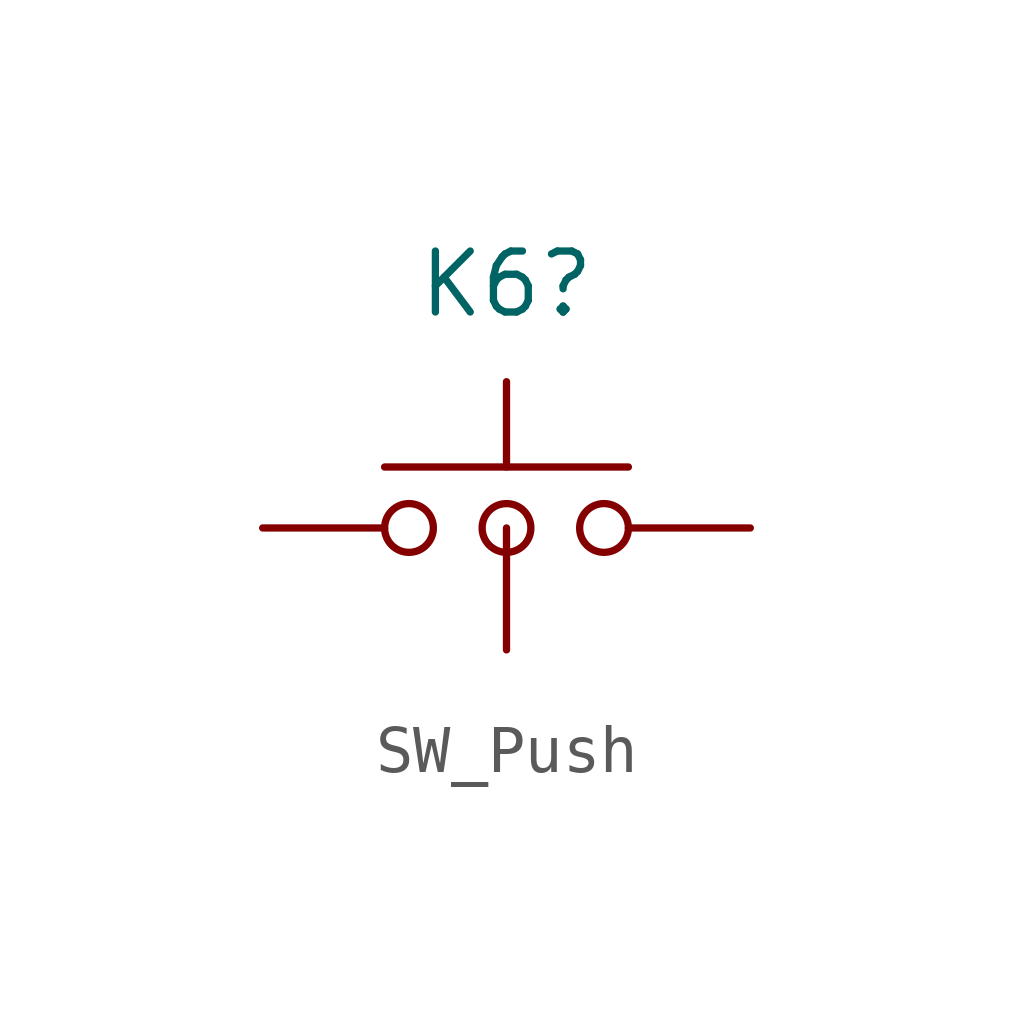
<source format=kicad_sym>
(kicad_symbol_lib
  (version 20220914)
  (generator kicad_symbol_editor)
  (symbol "SW_Push"
    (pin_numbers hide)
    (pin_names
      (offset 1.016) hide)
    (property "Reference" "K6"
      (at 0 5.08 0)
      (effects (font (size 1.27 1.27))))
    (symbol "SW_Push_0_1"
      (circle (center -2.032 0) (radius 0.508) (stroke (width 0) (type default)) (fill (type none)))
      (polyline (pts (xy 0 1.27) (xy 0 3.048)) (stroke (width 0) (type default)) (fill (type none)))
      (polyline (pts (xy 2.54 1.27) (xy -2.54 1.27)) (stroke (width 0) (type default)) (fill (type none)))
      (circle (center 0 0) (radius 0.508) (stroke (width 0) (type default)) (fill (type none)))
      (circle (center 2.032 0) (radius 0.508) (stroke (width 0) (type default)) (fill (type none)))
      (pin passive line (at -5.08 0 0) (length 2.54) (name "1" (effects (font (size 1.27 1.27)))) (number "1" (effects (font (size 1.27 1.27)))))
      (pin passive line (at 5.08 0 180) (length 2.54) (name "2" (effects (font (size 1.27 1.27)))) (number "2" (effects (font (size 1.27 1.27))))))
    (symbol "SW_Push_1_1"
      (pin passive line (at 0 -2.54 90) (length 2.54) (name "3" (effects (font (size 1.27 1.27)))) (number "3" (effects (font (size 1.27 1.27))))))))
</source>
